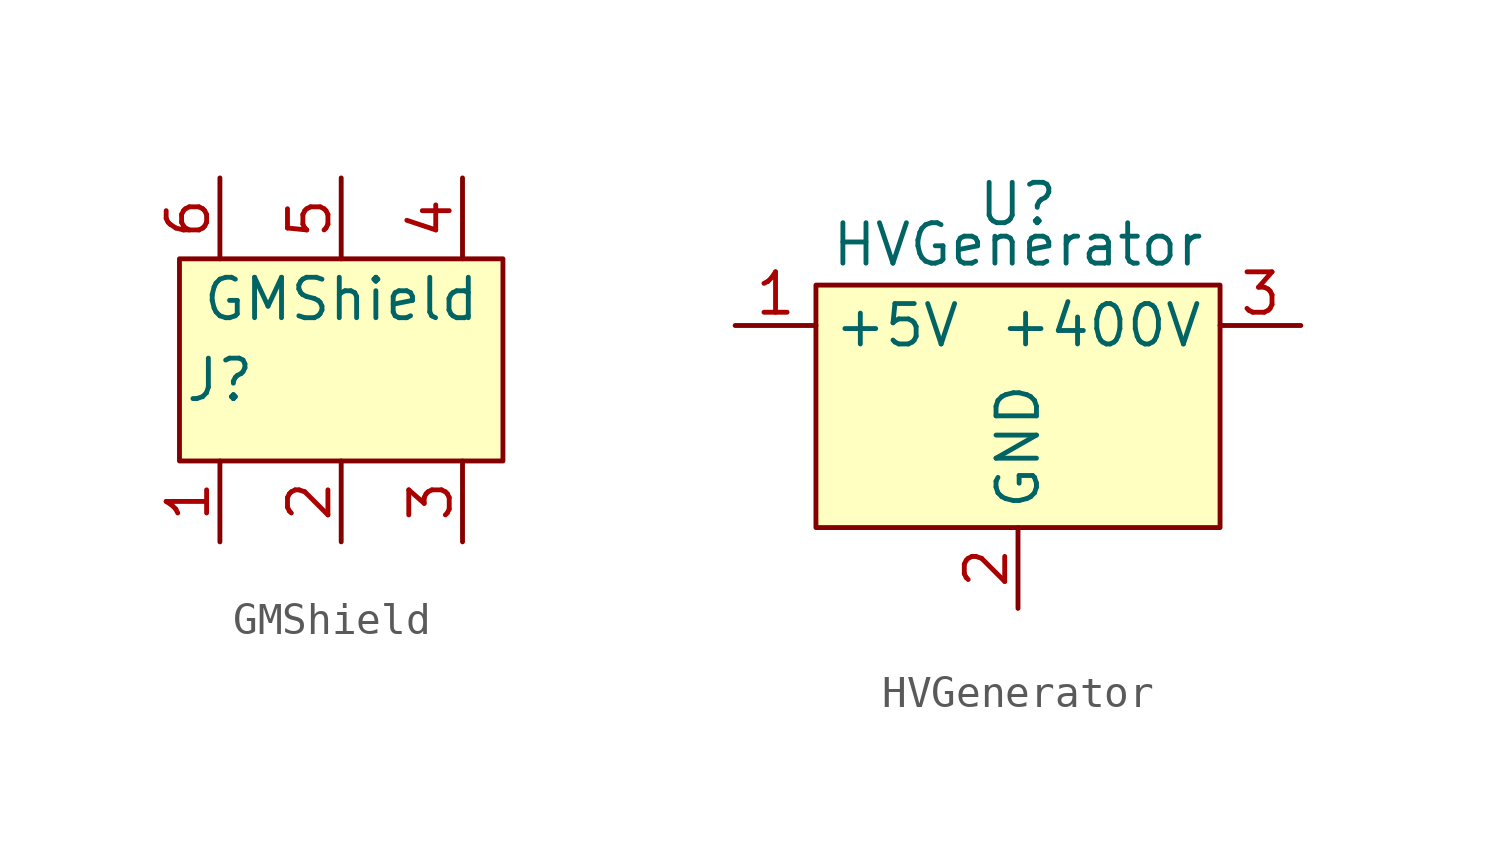
<source format=kicad_sym>
(kicad_symbol_lib
  (version 20211014)
  (generator kicad_symbol_editor)
  (symbol "GMShield"
    (property "Reference" "J"
      (at -3.81 -6.35 0)
      (effects (font (size 1.27 1.27))))
    (property "Value" "GMShield"
      (at 0 -3.81 0)
      (effects (font (size 1.27 1.27))))
    (symbol "GMShield_0_1"
      (rectangle (start -5.08 -2.54) (end 5.08 -8.89) (stroke (width 0) (type default) (color 0 0 0 0)) (fill (type background))))
    (symbol "GMShield_1_1"
      (pin input line (at -3.81 -11.43 90) (length 2.54) (name "" (effects (font (size 1.27 1.27)))) (number "1" (effects (font (size 1.27 1.27)))))
      (pin input line (at 0 -11.43 90) (length 2.54) (name "" (effects (font (size 1.27 1.27)))) (number "2" (effects (font (size 1.27 1.27)))))
      (pin input line (at 3.81 -11.43 90) (length 2.54) (name "" (effects (font (size 1.27 1.27)))) (number "3" (effects (font (size 1.27 1.27)))))
      (pin input line (at 3.81 0 270) (length 2.54) (name "" (effects (font (size 1.27 1.27)))) (number "4" (effects (font (size 1.27 1.27)))))
      (pin input line (at 0 0 270) (length 2.54) (name "" (effects (font (size 1.27 1.27)))) (number "5" (effects (font (size 1.27 1.27)))))
      (pin input line (at -3.81 0 270) (length 2.54) (name "" (effects (font (size 1.27 1.27)))) (number "6" (effects (font (size 1.27 1.27)))))))
  (symbol "HVGenerator"
    (property "Reference" "U"
      (at 0 2.54 0)
      (effects (font (size 1.27 1.27))))
    (property "Value" "HVGenerator"
      (at 0 1.27 0)
      (effects (font (size 1.27 1.27))))
    (symbol "HVGenerator_0_1"
      (rectangle (start -6.35 0) (end 6.35 -7.62) (stroke (width 0) (type default) (color 0 0 0 0)) (fill (type background))))
    (symbol "HVGenerator_1_1"
      (pin power_in line (at -8.89 -1.27 0) (length 2.54) (name "+5V" (effects (font (size 1.27 1.27)))) (number "1" (effects (font (size 1.27 1.27)))))
      (pin input line (at 0 -10.16 90) (length 2.54) (name "GND" (effects (font (size 1.27 1.27)))) (number "2" (effects (font (size 1.27 1.27)))))
      (pin power_out line (at 8.89 -1.27 180) (length 2.54) (name "+400V" (effects (font (size 1.27 1.27)))) (number "3" (effects (font (size 1.27 1.27))))))))
</source>
